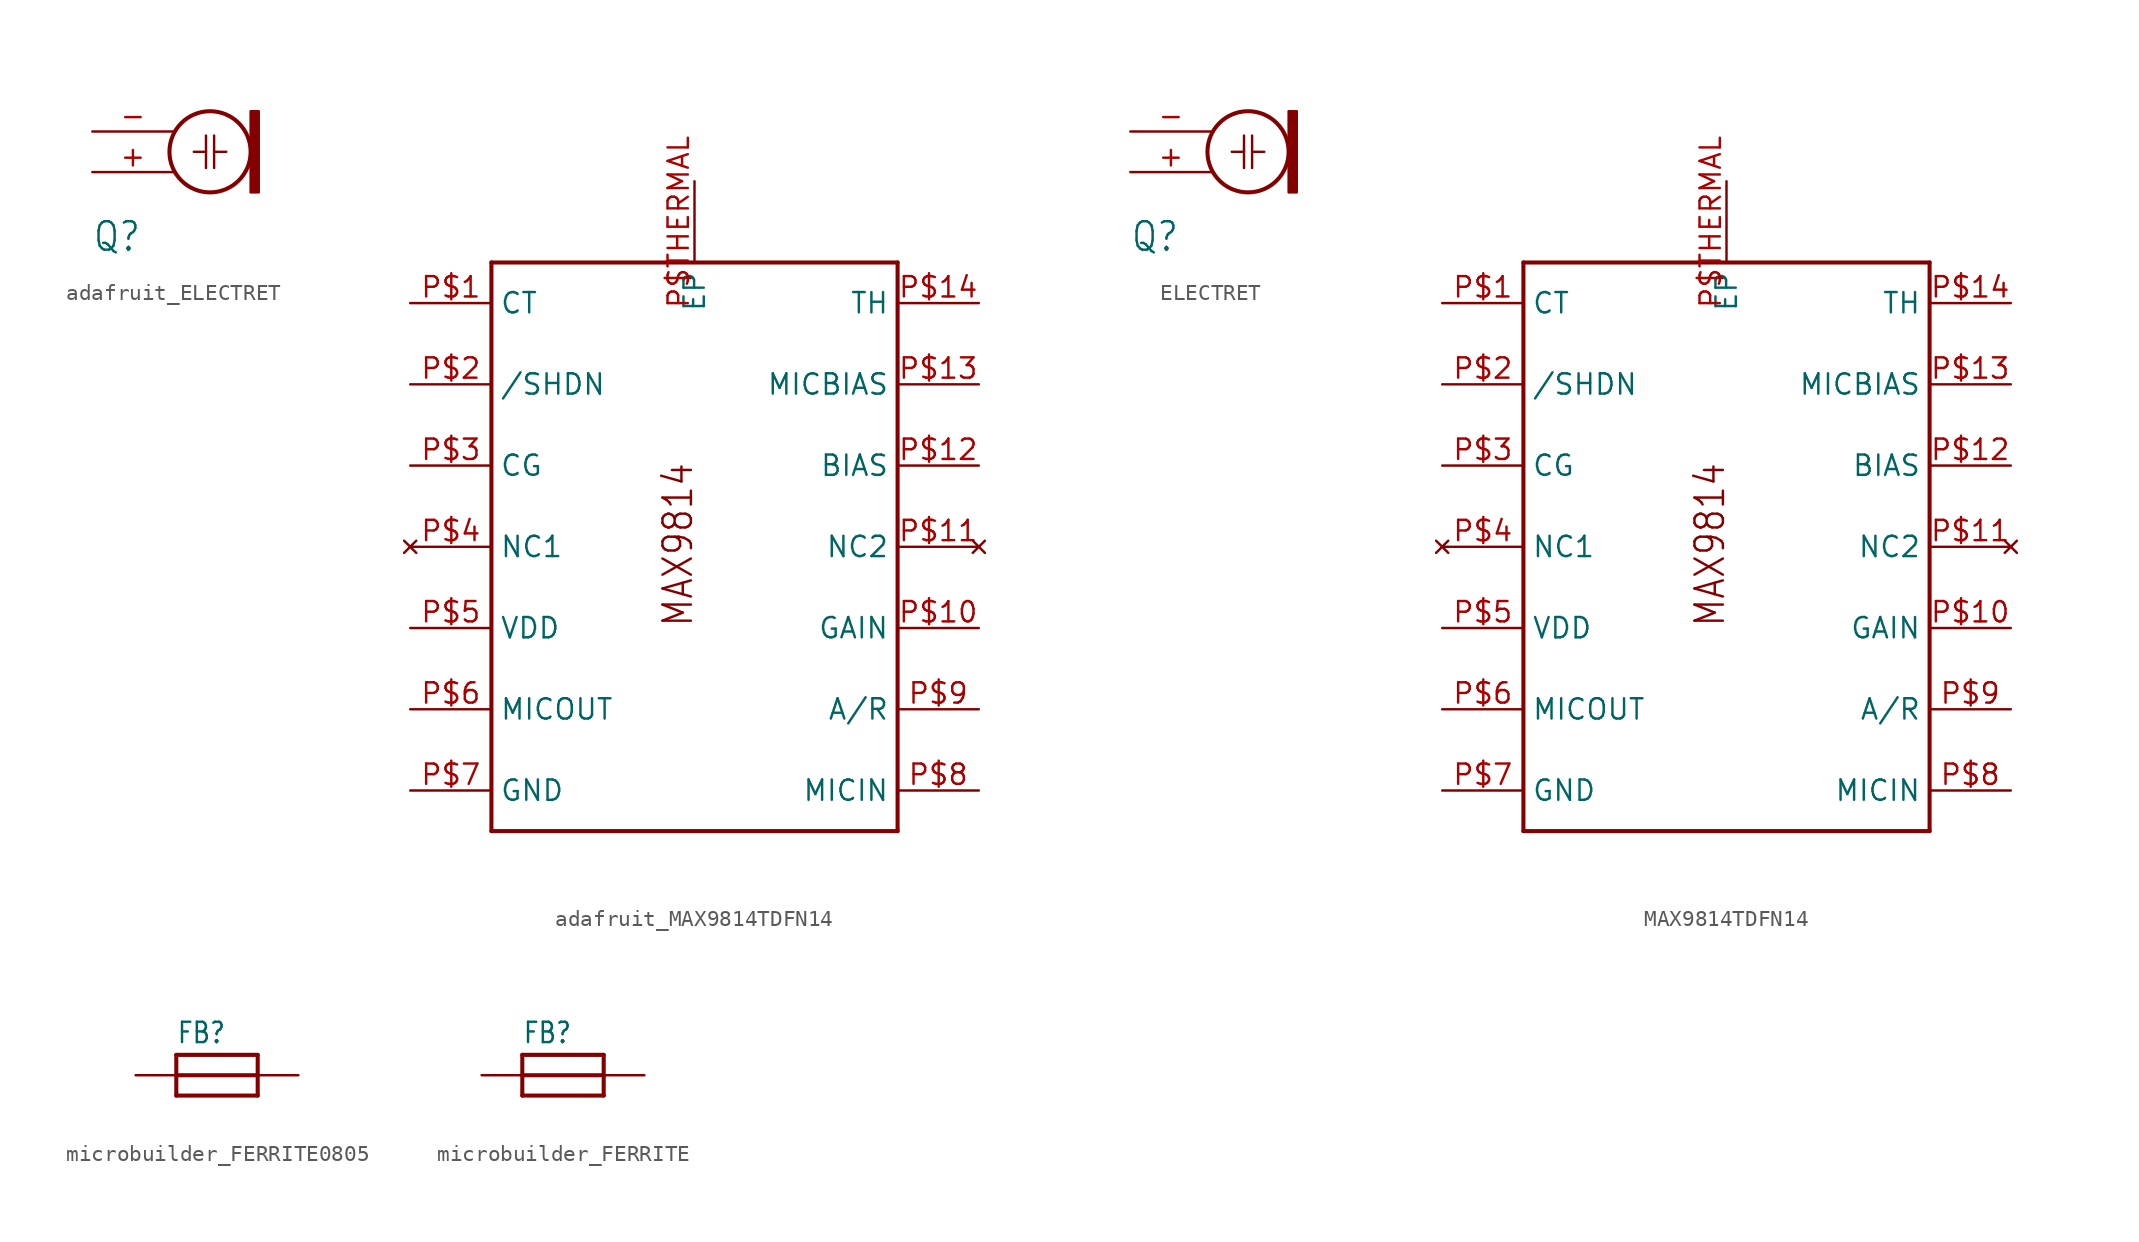
<source format=kicad_sym>
(kicad_symbol_lib
  (version 20220914)
  (generator kicad_symbol_editor)
  (symbol "adafruit_ELECTRET"
    (property "Reference" "Q"
      (at -5.08 -7.62 0)
      (effects (font (size 1.778 1.511)) (justify left bottom)))
    (property "Value" ""
      (at -5.08 2.54 0)
      (effects (font (size 1.778 1.511)) (justify left bottom)))
    (property "ki_locked" ""
      (at 0 0 0)
      (effects (font (size 1.27 1.27))))
    (symbol "adafruit_ELECTRET_1_0"
      (polyline (pts (xy 1.27 -1.27) (xy 2.032 -1.27)) (stroke (width 0.152) (type solid)) (fill (type none)))
      (polyline (pts (xy 2.032 -1.27) (xy 2.032 -2.286)) (stroke (width 0.152) (type solid)) (fill (type none)))
      (polyline (pts (xy 2.032 -0.254) (xy 2.032 -1.27)) (stroke (width 0.152) (type solid)) (fill (type none)))
      (polyline (pts (xy 2.54 -1.27) (xy 2.54 -2.286)) (stroke (width 0.152) (type solid)) (fill (type none)))
      (polyline (pts (xy 2.54 -1.27) (xy 3.302 -1.27)) (stroke (width 0.152) (type solid)) (fill (type none)))
      (polyline (pts (xy 2.54 -0.254) (xy 2.54 -1.27)) (stroke (width 0.152) (type solid)) (fill (type none)))
      (circle (center 2.286 -1.27) (radius 2.54) (stroke (width 0.254) (type solid)) (fill (type none)))
      (rectangle (start 4.826 -3.81) (end 5.334 1.27) (stroke (width 0) (type default)) (fill (type outline)))
      (pin passive line (at -5.08 -2.54 0) (length 5.08) (name "2" (effects (font (size 0 0)))) (number "+" (effects (font (size 1.27 1.27)))))
      (pin passive line (at -5.08 0 0) (length 5.08) (name "1" (effects (font (size 0 0)))) (number "-" (effects (font (size 1.27 1.27)))))))
  (symbol "adafruit_MAX9814TDFN14"
    (property "Reference" ""
      (at -2.54 -20.32 0)
      (effects (font (size 1.27 1.079)) (justify left bottom) hide))
    (property "ki_locked" ""
      (at 0 0 0)
      (effects (font (size 1.27 1.27))))
    (symbol "adafruit_MAX9814TDFN14_1_0"
      (polyline (pts (xy -12.7 -17.78) (xy -12.7 17.78)) (stroke (width 0.254) (type solid)) (fill (type none)))
      (polyline (pts (xy -12.7 17.78) (xy 12.7 17.78)) (stroke (width 0.254) (type solid)) (fill (type none)))
      (polyline (pts (xy 12.7 -17.78) (xy -12.7 -17.78)) (stroke (width 0.254) (type solid)) (fill (type none)))
      (polyline (pts (xy 12.7 17.78) (xy 12.7 -17.78)) (stroke (width 0.254) (type solid)) (fill (type none)))
      (text "MAX9814" (at 0 -5.08 900) (effects (font (size 1.778 1.511)) (justify left bottom)))
      (pin bidirectional line (at -17.78 15.24 0) (length 5.08) (name "CT" (effects (font (size 1.27 1.27)))) (number "P$1" (effects (font (size 1.27 1.27)))))
      (pin bidirectional line (at 17.78 -5.08 180) (length 5.08) (name "GAIN" (effects (font (size 1.27 1.27)))) (number "P$10" (effects (font (size 1.27 1.27)))))
      (pin no_connect line (at 17.78 0 180) (length 5.08) (name "NC2" (effects (font (size 1.27 1.27)))) (number "P$11" (effects (font (size 1.27 1.27)))))
      (pin bidirectional line (at 17.78 5.08 180) (length 5.08) (name "BIAS" (effects (font (size 1.27 1.27)))) (number "P$12" (effects (font (size 1.27 1.27)))))
      (pin bidirectional line (at 17.78 10.16 180) (length 5.08) (name "MICBIAS" (effects (font (size 1.27 1.27)))) (number "P$13" (effects (font (size 1.27 1.27)))))
      (pin bidirectional line (at 17.78 15.24 180) (length 5.08) (name "TH" (effects (font (size 1.27 1.27)))) (number "P$14" (effects (font (size 1.27 1.27)))))
      (pin bidirectional line (at -17.78 10.16 0) (length 5.08) (name "/SHDN" (effects (font (size 1.27 1.27)))) (number "P$2" (effects (font (size 1.27 1.27)))))
      (pin bidirectional line (at -17.78 5.08 0) (length 5.08) (name "CG" (effects (font (size 1.27 1.27)))) (number "P$3" (effects (font (size 1.27 1.27)))))
      (pin no_connect line (at -17.78 0 0) (length 5.08) (name "NC1" (effects (font (size 1.27 1.27)))) (number "P$4" (effects (font (size 1.27 1.27)))))
      (pin bidirectional line (at -17.78 -5.08 0) (length 5.08) (name "VDD" (effects (font (size 1.27 1.27)))) (number "P$5" (effects (font (size 1.27 1.27)))))
      (pin bidirectional line (at -17.78 -10.16 0) (length 5.08) (name "MICOUT" (effects (font (size 1.27 1.27)))) (number "P$6" (effects (font (size 1.27 1.27)))))
      (pin bidirectional line (at -17.78 -15.24 0) (length 5.08) (name "GND" (effects (font (size 1.27 1.27)))) (number "P$7" (effects (font (size 1.27 1.27)))))
      (pin bidirectional line (at 17.78 -15.24 180) (length 5.08) (name "MICIN" (effects (font (size 1.27 1.27)))) (number "P$8" (effects (font (size 1.27 1.27)))))
      (pin bidirectional line (at 17.78 -10.16 180) (length 5.08) (name "A/R" (effects (font (size 1.27 1.27)))) (number "P$9" (effects (font (size 1.27 1.27)))))
      (pin bidirectional line (at 0 22.86 270) (length 5.08) (name "EP" (effects (font (size 1.27 1.27)))) (number "P$THERMAL" (effects (font (size 1.27 1.27)))))))
  (symbol "ELECTRET"
    (property "Reference" "Q"
      (at -5.08 -7.62 0)
      (effects (font (size 1.778 1.511)) (justify left bottom)))
    (property "Value" ""
      (at -5.08 2.54 0)
      (effects (font (size 1.778 1.511)) (justify left bottom)))
    (property "ki_locked" ""
      (at 0 0 0)
      (effects (font (size 1.27 1.27))))
    (symbol "ELECTRET_1_0"
      (polyline (pts (xy 1.27 -1.27) (xy 2.032 -1.27)) (stroke (width 0.152) (type solid)) (fill (type none)))
      (polyline (pts (xy 2.032 -1.27) (xy 2.032 -2.286)) (stroke (width 0.152) (type solid)) (fill (type none)))
      (polyline (pts (xy 2.032 -0.254) (xy 2.032 -1.27)) (stroke (width 0.152) (type solid)) (fill (type none)))
      (polyline (pts (xy 2.54 -1.27) (xy 2.54 -2.286)) (stroke (width 0.152) (type solid)) (fill (type none)))
      (polyline (pts (xy 2.54 -1.27) (xy 3.302 -1.27)) (stroke (width 0.152) (type solid)) (fill (type none)))
      (polyline (pts (xy 2.54 -0.254) (xy 2.54 -1.27)) (stroke (width 0.152) (type solid)) (fill (type none)))
      (circle (center 2.286 -1.27) (radius 2.54) (stroke (width 0.254) (type solid)) (fill (type none)))
      (rectangle (start 4.826 -3.81) (end 5.334 1.27) (stroke (width 0) (type default)) (fill (type outline)))
      (pin passive line (at -5.08 -2.54 0) (length 5.08) (name "2" (effects (font (size 0 0)))) (number "+" (effects (font (size 1.27 1.27)))))
      (pin passive line (at -5.08 0 0) (length 5.08) (name "1" (effects (font (size 0 0)))) (number "-" (effects (font (size 1.27 1.27)))))))
  (symbol "MAX9814TDFN14"
    (property "Reference" ""
      (at -2.54 -20.32 0)
      (effects (font (size 1.27 1.079)) (justify left bottom) hide))
    (property "ki_locked" ""
      (at 0 0 0)
      (effects (font (size 1.27 1.27))))
    (symbol "MAX9814TDFN14_1_0"
      (polyline (pts (xy -12.7 -17.78) (xy -12.7 17.78)) (stroke (width 0.254) (type solid)) (fill (type none)))
      (polyline (pts (xy -12.7 17.78) (xy 12.7 17.78)) (stroke (width 0.254) (type solid)) (fill (type none)))
      (polyline (pts (xy 12.7 -17.78) (xy -12.7 -17.78)) (stroke (width 0.254) (type solid)) (fill (type none)))
      (polyline (pts (xy 12.7 17.78) (xy 12.7 -17.78)) (stroke (width 0.254) (type solid)) (fill (type none)))
      (text "MAX9814" (at 0 -5.08 900) (effects (font (size 1.778 1.511)) (justify left bottom)))
      (pin bidirectional line (at -17.78 15.24 0) (length 5.08) (name "CT" (effects (font (size 1.27 1.27)))) (number "P$1" (effects (font (size 1.27 1.27)))))
      (pin bidirectional line (at 17.78 -5.08 180) (length 5.08) (name "GAIN" (effects (font (size 1.27 1.27)))) (number "P$10" (effects (font (size 1.27 1.27)))))
      (pin no_connect line (at 17.78 0 180) (length 5.08) (name "NC2" (effects (font (size 1.27 1.27)))) (number "P$11" (effects (font (size 1.27 1.27)))))
      (pin bidirectional line (at 17.78 5.08 180) (length 5.08) (name "BIAS" (effects (font (size 1.27 1.27)))) (number "P$12" (effects (font (size 1.27 1.27)))))
      (pin bidirectional line (at 17.78 10.16 180) (length 5.08) (name "MICBIAS" (effects (font (size 1.27 1.27)))) (number "P$13" (effects (font (size 1.27 1.27)))))
      (pin bidirectional line (at 17.78 15.24 180) (length 5.08) (name "TH" (effects (font (size 1.27 1.27)))) (number "P$14" (effects (font (size 1.27 1.27)))))
      (pin bidirectional line (at -17.78 10.16 0) (length 5.08) (name "/SHDN" (effects (font (size 1.27 1.27)))) (number "P$2" (effects (font (size 1.27 1.27)))))
      (pin bidirectional line (at -17.78 5.08 0) (length 5.08) (name "CG" (effects (font (size 1.27 1.27)))) (number "P$3" (effects (font (size 1.27 1.27)))))
      (pin no_connect line (at -17.78 0 0) (length 5.08) (name "NC1" (effects (font (size 1.27 1.27)))) (number "P$4" (effects (font (size 1.27 1.27)))))
      (pin bidirectional line (at -17.78 -5.08 0) (length 5.08) (name "VDD" (effects (font (size 1.27 1.27)))) (number "P$5" (effects (font (size 1.27 1.27)))))
      (pin bidirectional line (at -17.78 -10.16 0) (length 5.08) (name "MICOUT" (effects (font (size 1.27 1.27)))) (number "P$6" (effects (font (size 1.27 1.27)))))
      (pin bidirectional line (at -17.78 -15.24 0) (length 5.08) (name "GND" (effects (font (size 1.27 1.27)))) (number "P$7" (effects (font (size 1.27 1.27)))))
      (pin bidirectional line (at 17.78 -15.24 180) (length 5.08) (name "MICIN" (effects (font (size 1.27 1.27)))) (number "P$8" (effects (font (size 1.27 1.27)))))
      (pin bidirectional line (at 17.78 -10.16 180) (length 5.08) (name "A/R" (effects (font (size 1.27 1.27)))) (number "P$9" (effects (font (size 1.27 1.27)))))
      (pin bidirectional line (at 0 22.86 270) (length 5.08) (name "EP" (effects (font (size 1.27 1.27)))) (number "P$THERMAL" (effects (font (size 1.27 1.27)))))))
  (symbol "microbuilder_FERRITE0805"
    (property "Reference" "FB"
      (at -2.54 1.905 0)
      (effects (font (size 1.27 1.079)) (justify left bottom)))
    (property "Value" ""
      (at -2.54 -3.175 0)
      (effects (font (size 1.27 1.079)) (justify left bottom)))
    (property "ki_locked" ""
      (at 0 0 0)
      (effects (font (size 1.27 1.27))))
    (symbol "microbuilder_FERRITE0805_1_0"
      (polyline (pts (xy -2.54 -1.27) (xy -2.54 0)) (stroke (width 0.254) (type solid)) (fill (type none)))
      (polyline (pts (xy -2.54 0) (xy -2.54 1.27)) (stroke (width 0.254) (type solid)) (fill (type none)))
      (polyline (pts (xy -2.54 0) (xy 2.54 0)) (stroke (width 0.254) (type solid)) (fill (type none)))
      (polyline (pts (xy -2.54 1.27) (xy 2.54 1.27)) (stroke (width 0.254) (type solid)) (fill (type none)))
      (polyline (pts (xy 2.54 -1.27) (xy -2.54 -1.27)) (stroke (width 0.254) (type solid)) (fill (type none)))
      (polyline (pts (xy 2.54 0) (xy 2.54 -1.27)) (stroke (width 0.254) (type solid)) (fill (type none)))
      (polyline (pts (xy 2.54 1.27) (xy 2.54 0)) (stroke (width 0.254) (type solid)) (fill (type none)))
      (pin bidirectional line (at -5.08 0 0) (length 2.54) (name "P$1" (effects (font (size 0 0)))) (number "1" (effects (font (size 0 0)))))
      (pin bidirectional line (at 5.08 0 180) (length 2.54) (name "P$2" (effects (font (size 0 0)))) (number "2" (effects (font (size 0 0)))))))
  (symbol "microbuilder_FERRITE"
    (property "Reference" "FB"
      (at -2.54 1.905 0)
      (effects (font (size 1.27 1.079)) (justify left bottom)))
    (property "Value" ""
      (at -2.54 -3.175 0)
      (effects (font (size 1.27 1.079)) (justify left bottom)))
    (property "ki_locked" ""
      (at 0 0 0)
      (effects (font (size 1.27 1.27))))
    (symbol "microbuilder_FERRITE_1_0"
      (polyline (pts (xy -2.54 -1.27) (xy -2.54 0)) (stroke (width 0.254) (type solid)) (fill (type none)))
      (polyline (pts (xy -2.54 0) (xy -2.54 1.27)) (stroke (width 0.254) (type solid)) (fill (type none)))
      (polyline (pts (xy -2.54 0) (xy 2.54 0)) (stroke (width 0.254) (type solid)) (fill (type none)))
      (polyline (pts (xy -2.54 1.27) (xy 2.54 1.27)) (stroke (width 0.254) (type solid)) (fill (type none)))
      (polyline (pts (xy 2.54 -1.27) (xy -2.54 -1.27)) (stroke (width 0.254) (type solid)) (fill (type none)))
      (polyline (pts (xy 2.54 0) (xy 2.54 -1.27)) (stroke (width 0.254) (type solid)) (fill (type none)))
      (polyline (pts (xy 2.54 1.27) (xy 2.54 0)) (stroke (width 0.254) (type solid)) (fill (type none)))
      (pin bidirectional line (at -5.08 0 0) (length 2.54) (name "P$1" (effects (font (size 0 0)))) (number "1" (effects (font (size 0 0)))))
      (pin bidirectional line (at 5.08 0 180) (length 2.54) (name "P$2" (effects (font (size 0 0)))) (number "2" (effects (font (size 0 0))))))))
</source>
